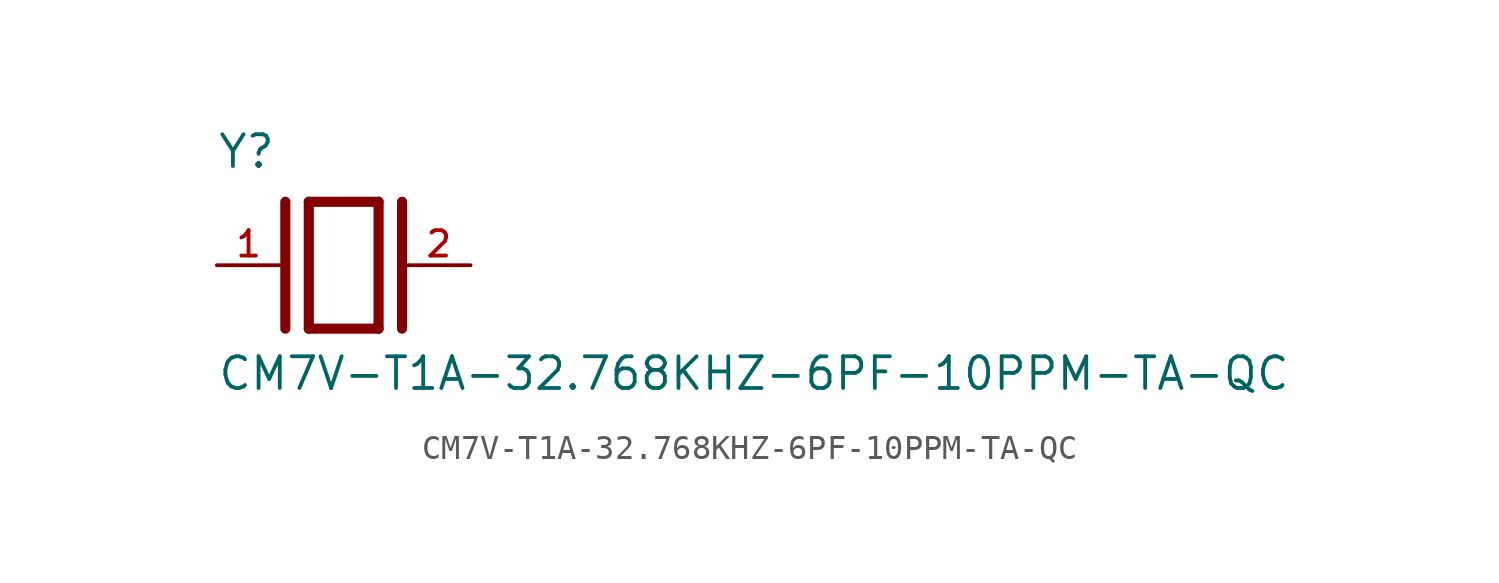
<source format=kicad_sym>
(kicad_symbol_lib
  (version 20211014)
  (generator kicad_symbol_editor)
  (symbol "CM7V-T1A-32.768KHZ-6PF-10PPM-TA-QC"
    (pin_names
      (offset 1.016))
    (property "Reference" "Y"
      (at -5.08 3.81 0)
      (effects (font (size 1.27 1.27)) (justify bottom left)))
    (property "Value" "CM7V-T1A-32.768KHZ-6PF-10PPM-TA-QC"
      (at -5.08 -5.08 0)
      (effects (font (size 1.27 1.27)) (justify bottom left)))
    (symbol "CM7V-T1A-32.768KHZ-6PF-10PPM-TA-QC_0_0"
      (polyline (pts (xy -1.397 2.54) (xy 1.397 2.54)) (stroke (width 0.406)))
      (polyline (pts (xy 1.397 2.54) (xy 1.397 -2.54)) (stroke (width 0.406)))
      (polyline (pts (xy 1.397 -2.54) (xy -1.397 -2.54)) (stroke (width 0.406)))
      (polyline (pts (xy -1.397 2.54) (xy -1.397 -2.54)) (stroke (width 0.406)))
      (polyline (pts (xy 2.337 2.54) (xy 2.337 -2.54)) (stroke (width 0.406)))
      (polyline (pts (xy -2.337 2.54) (xy -2.337 -2.54)) (stroke (width 0.406)))
      (pin passive line (at 5.08 0.0 180.0) (length 2.54) (name "~" (effects (font (size 1.016 1.016)))) (number "2" (effects (font (size 1.016 1.016)))))
      (pin passive line (at -5.08 0.0 0) (length 2.54) (name "~" (effects (font (size 1.016 1.016)))) (number "1" (effects (font (size 1.016 1.016))))))))
</source>
